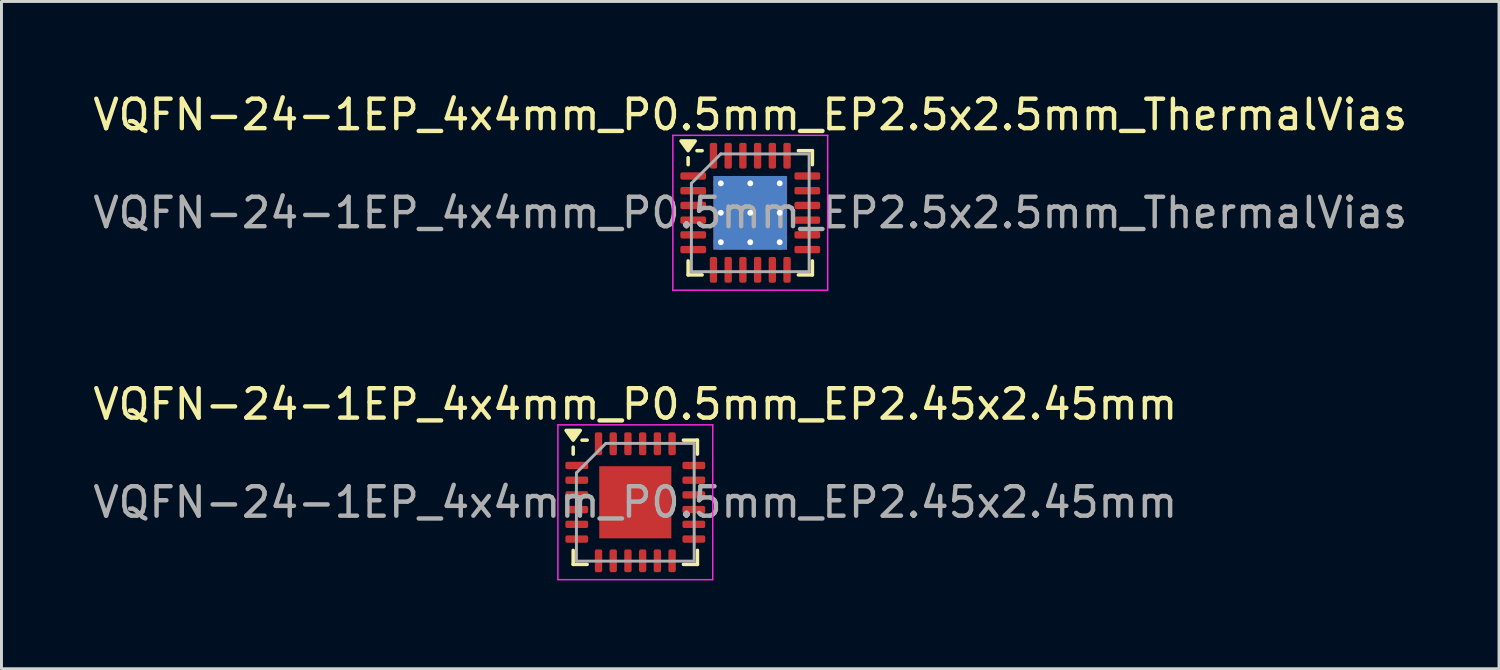
<source format=kicad_pcb>
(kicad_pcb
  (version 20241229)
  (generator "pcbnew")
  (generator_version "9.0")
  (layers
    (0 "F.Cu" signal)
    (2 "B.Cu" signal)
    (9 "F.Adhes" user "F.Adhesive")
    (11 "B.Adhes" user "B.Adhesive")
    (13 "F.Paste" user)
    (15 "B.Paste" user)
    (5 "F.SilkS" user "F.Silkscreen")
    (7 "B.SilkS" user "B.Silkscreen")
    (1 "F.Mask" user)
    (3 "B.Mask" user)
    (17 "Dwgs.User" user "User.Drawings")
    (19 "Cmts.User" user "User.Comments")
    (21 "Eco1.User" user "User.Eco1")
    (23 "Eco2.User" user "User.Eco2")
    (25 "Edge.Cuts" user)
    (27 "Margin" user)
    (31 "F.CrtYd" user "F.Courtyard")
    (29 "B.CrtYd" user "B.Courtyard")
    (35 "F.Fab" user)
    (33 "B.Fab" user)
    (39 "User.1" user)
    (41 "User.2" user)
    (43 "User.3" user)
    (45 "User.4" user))
  (footprint "VQFN-24-1EP_4x4mm_P0.5mm_EP2.45x2.45mm"
    (layer "F.Cu")
    (at 18.53 14.011)
    (property "Reference" "VQFN-24-1EP_4x4mm_P0.5mm_EP2.45x2.45mm" (at 0 -3.33 0) (layer "F.SilkS") (effects (font (size 1 1) (thickness 0.15))))
    (attr smd)
    (fp_line (start -2.11 -1.635) (end -2.11 -1.87) (stroke (width 0.12) (type solid)) (layer "F.SilkS"))
    (fp_line (start -2.11 2.11) (end -2.11 1.635) (stroke (width 0.12) (type solid)) (layer "F.SilkS"))
    (fp_line (start -1.635 -2.11) (end -1.81 -2.11) (stroke (width 0.12) (type solid)) (layer "F.SilkS"))
    (fp_line (start -1.635 2.11) (end -2.11 2.11) (stroke (width 0.12) (type solid)) (layer "F.SilkS"))
    (fp_line (start 1.635 -2.11) (end 2.11 -2.11) (stroke (width 0.12) (type solid)) (layer "F.SilkS"))
    (fp_line (start 1.635 2.11) (end 2.11 2.11) (stroke (width 0.12) (type solid)) (layer "F.SilkS"))
    (fp_line (start 2.11 -2.11) (end 2.11 -1.635) (stroke (width 0.12) (type solid)) (layer "F.SilkS"))
    (fp_line (start 2.11 2.11) (end 2.11 1.635) (stroke (width 0.12) (type solid)) (layer "F.SilkS"))
    (fp_poly (pts (xy -2.11 -2.11) (xy -2.35 -2.44) (xy -1.87 -2.44) (xy -2.11 -2.11)) (stroke (width 0.12) (type solid)) (fill yes) (layer "F.SilkS"))
    (fp_line (start -2.63 -2.63) (end -2.63 2.63) (stroke (width 0.05) (type solid)) (layer "F.CrtYd"))
    (fp_line (start -2.63 2.63) (end 2.63 2.63) (stroke (width 0.05) (type solid)) (layer "F.CrtYd"))
    (fp_line (start 2.63 -2.63) (end -2.63 -2.63) (stroke (width 0.05) (type solid)) (layer "F.CrtYd"))
    (fp_line (start 2.63 2.63) (end 2.63 -2.63) (stroke (width 0.05) (type solid)) (layer "F.CrtYd"))
    (fp_line (start -2 -1) (end -1 -2) (stroke (width 0.1) (type solid)) (layer "F.Fab"))
    (fp_line (start -2 2) (end -2 -1) (stroke (width 0.1) (type solid)) (layer "F.Fab"))
    (fp_line (start -1 -2) (end 2 -2) (stroke (width 0.1) (type solid)) (layer "F.Fab"))
    (fp_line (start 2 -2) (end 2 2) (stroke (width 0.1) (type solid)) (layer "F.Fab"))
    (fp_line (start 2 2) (end -2 2) (stroke (width 0.1) (type solid)) (layer "F.Fab"))
    (fp_text user "${REFERENCE}" (at 0 0 0) (layer "F.Fab") (effects (font (size 1 1) (thickness 0.15))))
    (pad "" smd roundrect (at -0.82 -0.82) (size 0.66 0.66) (layers "F.Paste") (roundrect_rratio 0.25))
    (pad "" smd roundrect (at -0.82 0) (size 0.66 0.66) (layers "F.Paste") (roundrect_rratio 0.25))
    (pad "" smd roundrect (at -0.82 0.82) (size 0.66 0.66) (layers "F.Paste") (roundrect_rratio 0.25))
    (pad "" smd roundrect (at 0 -0.82) (size 0.66 0.66) (layers "F.Paste") (roundrect_rratio 0.25))
    (pad "" smd roundrect (at 0 0) (size 0.66 0.66) (layers "F.Paste") (roundrect_rratio 0.25))
    (pad "" smd roundrect (at 0 0.82) (size 0.66 0.66) (layers "F.Paste") (roundrect_rratio 0.25))
    (pad "" smd roundrect (at 0.82 -0.82) (size 0.66 0.66) (layers "F.Paste") (roundrect_rratio 0.25))
    (pad "" smd roundrect (at 0.82 0) (size 0.66 0.66) (layers "F.Paste") (roundrect_rratio 0.25))
    (pad "" smd roundrect (at 0.82 0.82) (size 0.66 0.66) (layers "F.Paste") (roundrect_rratio 0.25))
    (pad "1" smd roundrect (at -1.988 -1.25) (size 0.775 0.25) (layers "F.Cu" "F.Mask" "F.Paste") (roundrect_rratio 0.25))
    (pad "2" smd roundrect (at -1.988 -0.75) (size 0.775 0.25) (layers "F.Cu" "F.Mask" "F.Paste") (roundrect_rratio 0.25))
    (pad "3" smd roundrect (at -1.988 -0.25) (size 0.775 0.25) (layers "F.Cu" "F.Mask" "F.Paste") (roundrect_rratio 0.25))
    (pad "4" smd roundrect (at -1.988 0.25) (size 0.775 0.25) (layers "F.Cu" "F.Mask" "F.Paste") (roundrect_rratio 0.25))
    (pad "5" smd roundrect (at -1.988 0.75) (size 0.775 0.25) (layers "F.Cu" "F.Mask" "F.Paste") (roundrect_rratio 0.25))
    (pad "6" smd roundrect (at -1.988 1.25) (size 0.775 0.25) (layers "F.Cu" "F.Mask" "F.Paste") (roundrect_rratio 0.25))
    (pad "7" smd roundrect (at -1.25 1.988) (size 0.25 0.775) (layers "F.Cu" "F.Mask" "F.Paste") (roundrect_rratio 0.25))
    (pad "8" smd roundrect (at -0.75 1.988) (size 0.25 0.775) (layers "F.Cu" "F.Mask" "F.Paste") (roundrect_rratio 0.25))
    (pad "9" smd roundrect (at -0.25 1.988) (size 0.25 0.775) (layers "F.Cu" "F.Mask" "F.Paste") (roundrect_rratio 0.25))
    (pad "10" smd roundrect (at 0.25 1.988) (size 0.25 0.775) (layers "F.Cu" "F.Mask" "F.Paste") (roundrect_rratio 0.25))
    (pad "11" smd roundrect (at 0.75 1.988) (size 0.25 0.775) (layers "F.Cu" "F.Mask" "F.Paste") (roundrect_rratio 0.25))
    (pad "12" smd roundrect (at 1.25 1.988) (size 0.25 0.775) (layers "F.Cu" "F.Mask" "F.Paste") (roundrect_rratio 0.25))
    (pad "13" smd roundrect (at 1.988 1.25) (size 0.775 0.25) (layers "F.Cu" "F.Mask" "F.Paste") (roundrect_rratio 0.25))
    (pad "14" smd roundrect (at 1.988 0.75) (size 0.775 0.25) (layers "F.Cu" "F.Mask" "F.Paste") (roundrect_rratio 0.25))
    (pad "15" smd roundrect (at 1.988 0.25) (size 0.775 0.25) (layers "F.Cu" "F.Mask" "F.Paste") (roundrect_rratio 0.25))
    (pad "16" smd roundrect (at 1.988 -0.25) (size 0.775 0.25) (layers "F.Cu" "F.Mask" "F.Paste") (roundrect_rratio 0.25))
    (pad "17" smd roundrect (at 1.988 -0.75) (size 0.775 0.25) (layers "F.Cu" "F.Mask" "F.Paste") (roundrect_rratio 0.25))
    (pad "18" smd roundrect (at 1.988 -1.25) (size 0.775 0.25) (layers "F.Cu" "F.Mask" "F.Paste") (roundrect_rratio 0.25))
    (pad "19" smd roundrect (at 1.25 -1.988) (size 0.25 0.775) (layers "F.Cu" "F.Mask" "F.Paste") (roundrect_rratio 0.25))
    (pad "20" smd roundrect (at 0.75 -1.988) (size 0.25 0.775) (layers "F.Cu" "F.Mask" "F.Paste") (roundrect_rratio 0.25))
    (pad "21" smd roundrect (at 0.25 -1.988) (size 0.25 0.775) (layers "F.Cu" "F.Mask" "F.Paste") (roundrect_rratio 0.25))
    (pad "22" smd roundrect (at -0.25 -1.988) (size 0.25 0.775) (layers "F.Cu" "F.Mask" "F.Paste") (roundrect_rratio 0.25))
    (pad "23" smd roundrect (at -0.75 -1.988) (size 0.25 0.775) (layers "F.Cu" "F.Mask" "F.Paste") (roundrect_rratio 0.25))
    (pad "24" smd roundrect (at -1.25 -1.988) (size 0.25 0.775) (layers "F.Cu" "F.Mask" "F.Paste") (roundrect_rratio 0.25))
    (pad "25" smd rect (at 0 0) (size 2.45 2.45) (property pad_prop_heatsink) (layers "F.Cu" "F.Mask")))
  (footprint "VQFN-24-1EP_4x4mm_P0.5mm_EP2.5x2.5mm_ThermalVias"
    (layer "F.Cu")
    (at 22.435 4.178)
    (property "Reference" "VQFN-24-1EP_4x4mm_P0.5mm_EP2.5x2.5mm_ThermalVias" (at 0 -3.33 0) (layer "F.SilkS") (effects (font (size 1 1) (thickness 0.15))))
    (attr smd)
    (fp_line (start -2.11 -1.635) (end -2.11 -1.87) (stroke (width 0.12) (type solid)) (layer "F.SilkS"))
    (fp_line (start -2.11 2.11) (end -2.11 1.635) (stroke (width 0.12) (type solid)) (layer "F.SilkS"))
    (fp_line (start -1.635 -2.11) (end -1.81 -2.11) (stroke (width 0.12) (type solid)) (layer "F.SilkS"))
    (fp_line (start -1.635 2.11) (end -2.11 2.11) (stroke (width 0.12) (type solid)) (layer "F.SilkS"))
    (fp_line (start 1.635 -2.11) (end 2.11 -2.11) (stroke (width 0.12) (type solid)) (layer "F.SilkS"))
    (fp_line (start 1.635 2.11) (end 2.11 2.11) (stroke (width 0.12) (type solid)) (layer "F.SilkS"))
    (fp_line (start 2.11 -2.11) (end 2.11 -1.635) (stroke (width 0.12) (type solid)) (layer "F.SilkS"))
    (fp_line (start 2.11 2.11) (end 2.11 1.635) (stroke (width 0.12) (type solid)) (layer "F.SilkS"))
    (fp_poly (pts (xy -2.11 -2.11) (xy -2.35 -2.44) (xy -1.87 -2.44) (xy -2.11 -2.11)) (stroke (width 0.12) (type solid)) (fill yes) (layer "F.SilkS"))
    (fp_line (start -2.63 -2.63) (end -2.63 2.63) (stroke (width 0.05) (type solid)) (layer "F.CrtYd"))
    (fp_line (start -2.63 2.63) (end 2.63 2.63) (stroke (width 0.05) (type solid)) (layer "F.CrtYd"))
    (fp_line (start 2.63 -2.63) (end -2.63 -2.63) (stroke (width 0.05) (type solid)) (layer "F.CrtYd"))
    (fp_line (start 2.63 2.63) (end 2.63 -2.63) (stroke (width 0.05) (type solid)) (layer "F.CrtYd"))
    (fp_line (start -2 -1) (end -1 -2) (stroke (width 0.1) (type solid)) (layer "F.Fab"))
    (fp_line (start -2 2) (end -2 -1) (stroke (width 0.1) (type solid)) (layer "F.Fab"))
    (fp_line (start -1 -2) (end 2 -2) (stroke (width 0.1) (type solid)) (layer "F.Fab"))
    (fp_line (start 2 -2) (end 2 2) (stroke (width 0.1) (type solid)) (layer "F.Fab"))
    (fp_line (start 2 2) (end -2 2) (stroke (width 0.1) (type solid)) (layer "F.Fab"))
    (fp_text user "${REFERENCE}" (at 0 0 0) (layer "F.Fab") (effects (font (size 1 1) (thickness 0.15))))
    (pad "" smd custom (at -0.57 -0.57) (size 0.779 0.779) (layers "F.Paste") (options (anchor circle)) (primitives (gr_poly (pts (xy -0.315 -0.192) (xy -0.192 -0.315) (xy 0.192 -0.315) (xy 0.315 -0.192) (xy 0.315 0.192) (xy 0.192 0.315) (xy -0.192 0.315) (xy -0.315 0.192)) (width 0.297) (fill yes))))
    (pad "" smd custom (at -0.57 0.57) (size 0.779 0.779) (layers "F.Paste") (options (anchor circle)) (primitives (gr_poly (pts (xy -0.315 -0.192) (xy -0.192 -0.315) (xy 0.192 -0.315) (xy 0.315 -0.192) (xy 0.315 0.192) (xy 0.192 0.315) (xy -0.192 0.315) (xy -0.315 0.192)) (width 0.297) (fill yes))))
    (pad "" smd custom (at 0.57 -0.57) (size 0.779 0.779) (layers "F.Paste") (options (anchor circle)) (primitives (gr_poly (pts (xy -0.315 -0.192) (xy -0.192 -0.315) (xy 0.192 -0.315) (xy 0.315 -0.192) (xy 0.315 0.192) (xy 0.192 0.315) (xy -0.192 0.315) (xy -0.315 0.192)) (width 0.297) (fill yes))))
    (pad "" smd custom (at 0.57 0.57) (size 0.779 0.779) (layers "F.Paste") (options (anchor circle)) (primitives (gr_poly (pts (xy -0.315 -0.192) (xy -0.192 -0.315) (xy 0.192 -0.315) (xy 0.315 -0.192) (xy 0.315 0.192) (xy 0.192 0.315) (xy -0.192 0.315) (xy -0.315 0.192)) (width 0.297) (fill yes))))
    (pad "1" smd roundrect (at -1.938 -1.25) (size 0.875 0.25) (layers "F.Cu" "F.Mask" "F.Paste") (roundrect_rratio 0.25))
    (pad "2" smd roundrect (at -1.938 -0.75) (size 0.875 0.25) (layers "F.Cu" "F.Mask" "F.Paste") (roundrect_rratio 0.25))
    (pad "3" smd roundrect (at -1.938 -0.25) (size 0.875 0.25) (layers "F.Cu" "F.Mask" "F.Paste") (roundrect_rratio 0.25))
    (pad "4" smd roundrect (at -1.938 0.25) (size 0.875 0.25) (layers "F.Cu" "F.Mask" "F.Paste") (roundrect_rratio 0.25))
    (pad "5" smd roundrect (at -1.938 0.75) (size 0.875 0.25) (layers "F.Cu" "F.Mask" "F.Paste") (roundrect_rratio 0.25))
    (pad "6" smd roundrect (at -1.938 1.25) (size 0.875 0.25) (layers "F.Cu" "F.Mask" "F.Paste") (roundrect_rratio 0.25))
    (pad "7" smd roundrect (at -1.25 1.938) (size 0.25 0.875) (layers "F.Cu" "F.Mask" "F.Paste") (roundrect_rratio 0.25))
    (pad "8" smd roundrect (at -0.75 1.938) (size 0.25 0.875) (layers "F.Cu" "F.Mask" "F.Paste") (roundrect_rratio 0.25))
    (pad "9" smd roundrect (at -0.25 1.938) (size 0.25 0.875) (layers "F.Cu" "F.Mask" "F.Paste") (roundrect_rratio 0.25))
    (pad "10" smd roundrect (at 0.25 1.938) (size 0.25 0.875) (layers "F.Cu" "F.Mask" "F.Paste") (roundrect_rratio 0.25))
    (pad "11" smd roundrect (at 0.75 1.938) (size 0.25 0.875) (layers "F.Cu" "F.Mask" "F.Paste") (roundrect_rratio 0.25))
    (pad "12" smd roundrect (at 1.25 1.938) (size 0.25 0.875) (layers "F.Cu" "F.Mask" "F.Paste") (roundrect_rratio 0.25))
    (pad "13" smd roundrect (at 1.938 1.25) (size 0.875 0.25) (layers "F.Cu" "F.Mask" "F.Paste") (roundrect_rratio 0.25))
    (pad "14" smd roundrect (at 1.938 0.75) (size 0.875 0.25) (layers "F.Cu" "F.Mask" "F.Paste") (roundrect_rratio 0.25))
    (pad "15" smd roundrect (at 1.938 0.25) (size 0.875 0.25) (layers "F.Cu" "F.Mask" "F.Paste") (roundrect_rratio 0.25))
    (pad "16" smd roundrect (at 1.938 -0.25) (size 0.875 0.25) (layers "F.Cu" "F.Mask" "F.Paste") (roundrect_rratio 0.25))
    (pad "17" smd roundrect (at 1.938 -0.75) (size 0.875 0.25) (layers "F.Cu" "F.Mask" "F.Paste") (roundrect_rratio 0.25))
    (pad "18" smd roundrect (at 1.938 -1.25) (size 0.875 0.25) (layers "F.Cu" "F.Mask" "F.Paste") (roundrect_rratio 0.25))
    (pad "19" smd roundrect (at 1.25 -1.938) (size 0.25 0.875) (layers "F.Cu" "F.Mask" "F.Paste") (roundrect_rratio 0.25))
    (pad "20" smd roundrect (at 0.75 -1.938) (size 0.25 0.875) (layers "F.Cu" "F.Mask" "F.Paste") (roundrect_rratio 0.25))
    (pad "21" smd roundrect (at 0.25 -1.938) (size 0.25 0.875) (layers "F.Cu" "F.Mask" "F.Paste") (roundrect_rratio 0.25))
    (pad "22" smd roundrect (at -0.25 -1.938) (size 0.25 0.875) (layers "F.Cu" "F.Mask" "F.Paste") (roundrect_rratio 0.25))
    (pad "23" smd roundrect (at -0.75 -1.938) (size 0.25 0.875) (layers "F.Cu" "F.Mask" "F.Paste") (roundrect_rratio 0.25))
    (pad "24" smd roundrect (at -1.25 -1.938) (size 0.25 0.875) (layers "F.Cu" "F.Mask" "F.Paste") (roundrect_rratio 0.25))
    (pad "25" thru_hole circle (at -1 -1) (size 0.5 0.5) (drill 0.2) (property pad_prop_heatsink) (layers "*.Cu"))
    (pad "25" thru_hole circle (at -1 0) (size 0.5 0.5) (drill 0.2) (property pad_prop_heatsink) (layers "*.Cu"))
    (pad "25" thru_hole circle (at -1 1) (size 0.5 0.5) (drill 0.2) (property pad_prop_heatsink) (layers "*.Cu"))
    (pad "25" thru_hole circle (at 0 -1) (size 0.5 0.5) (drill 0.2) (property pad_prop_heatsink) (layers "*.Cu"))
    (pad "25" thru_hole circle (at 0 0) (size 0.5 0.5) (drill 0.2) (property pad_prop_heatsink) (layers "*.Cu"))
    (pad "25" smd rect (at 0 0) (size 2.5 2.5) (property pad_prop_heatsink) (layers "F.Cu" "F.Mask"))
    (pad "25" smd rect (at 0 0) (size 2.5 2.5) (property pad_prop_heatsink) (layers "B.Cu"))
    (pad "25" thru_hole circle (at 0 1) (size 0.5 0.5) (drill 0.2) (property pad_prop_heatsink) (layers "*.Cu"))
    (pad "25" thru_hole circle (at 1 -1) (size 0.5 0.5) (drill 0.2) (property pad_prop_heatsink) (layers "*.Cu"))
    (pad "25" thru_hole circle (at 1 0) (size 0.5 0.5) (drill 0.2) (property pad_prop_heatsink) (layers "*.Cu"))
    (pad "25" thru_hole circle (at 1 1) (size 0.5 0.5) (drill 0.2) (property pad_prop_heatsink) (layers "*.Cu")))
  (gr_rect
    (start -3 -3)
    (end 47.869 19.666)
    (stroke (width 0.1) (type default))
    (fill no)
    (layer "Edge.Cuts")))
</source>
